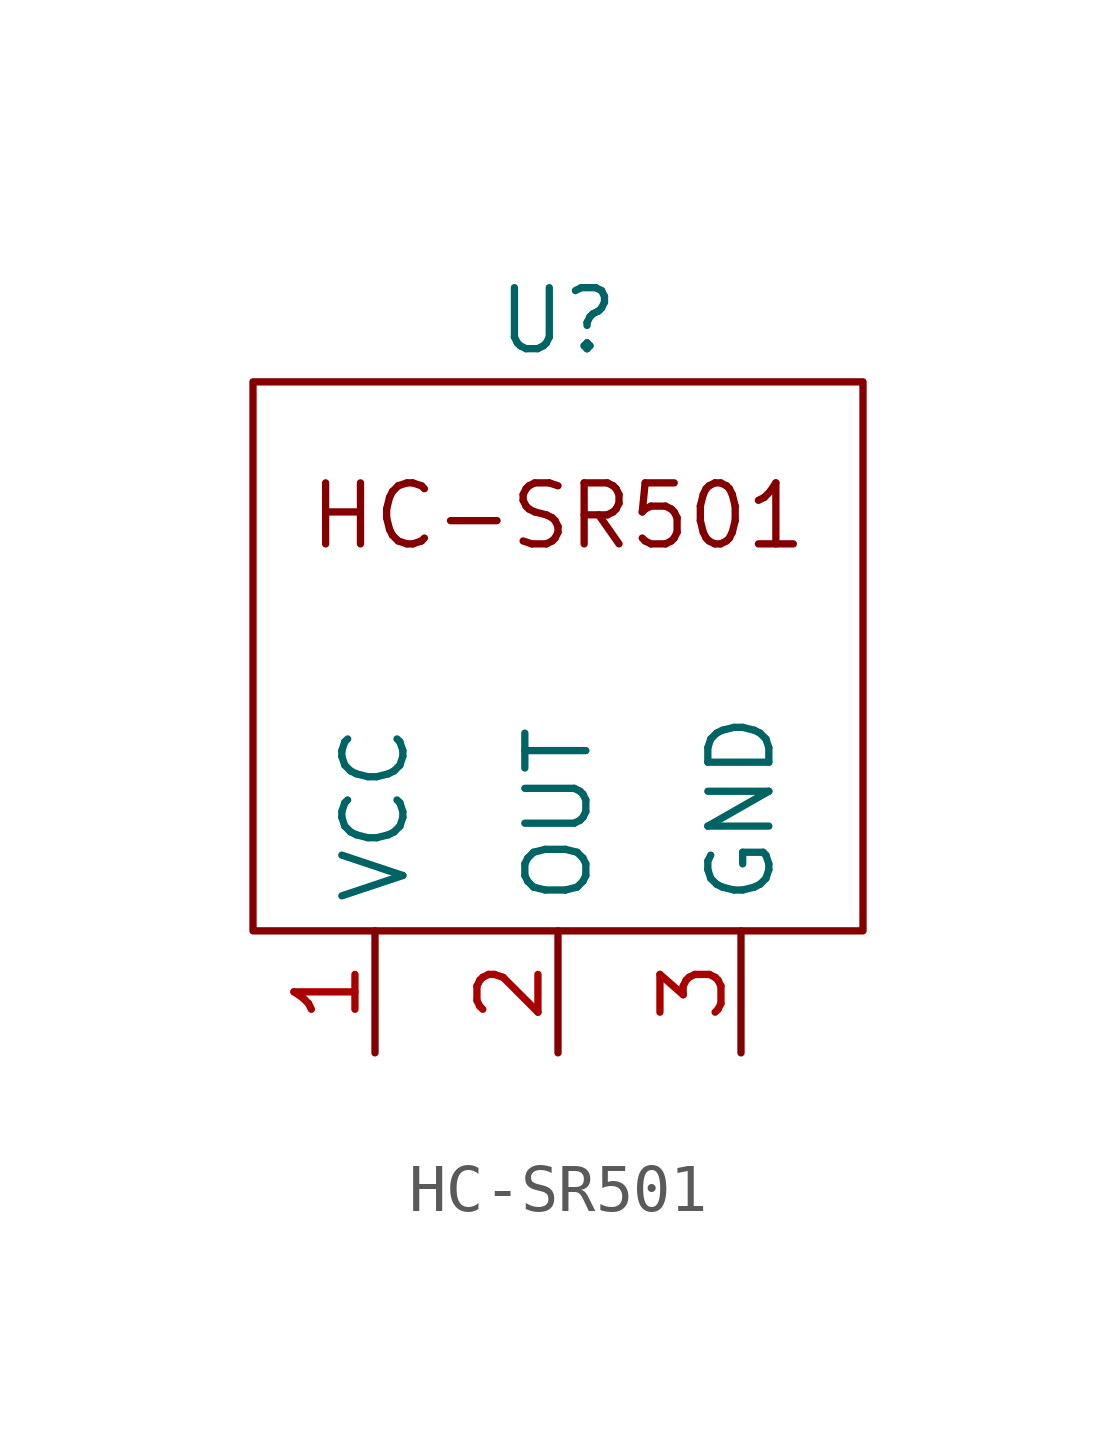
<source format=kicad_sym>
(kicad_symbol_lib
  (version 20231120)
  (generator "kicad_symbol_editor")
  (generator_version "8.0")
  (symbol "HC-SR501"
    (property "Reference" "U"
      (at 0 0 0)
      (effects (font (size 1.27 1.27))))
    (property "Value" ""
      (at 0 0 0)
      (effects (font (size 1.27 1.27))))
    (symbol "HC-SR501_0_1"
      (rectangle (start -6.35 -1.27) (end 6.35 -12.7) (stroke (width 0) (type default)) (fill (type none))))
    (symbol "HC-SR501_1_1"
      (text "HC-SR501" (at 0 -4.064 0) (effects (font (size 1.27 1.27))))
      (pin power_in line (at -3.81 -15.24 90) (length 2.54) (name "VCC" (effects (font (size 1.27 1.27)))) (number "1" (effects (font (size 1.27 1.27)))))
      (pin output line (at 0 -15.24 90) (length 2.54) (name "OUT" (effects (font (size 1.27 1.27)))) (number "2" (effects (font (size 1.27 1.27)))))
      (pin passive line (at 3.81 -15.24 90) (length 2.54) (name "GND" (effects (font (size 1.27 1.27)))) (number "3" (effects (font (size 1.27 1.27))))))))
</source>
